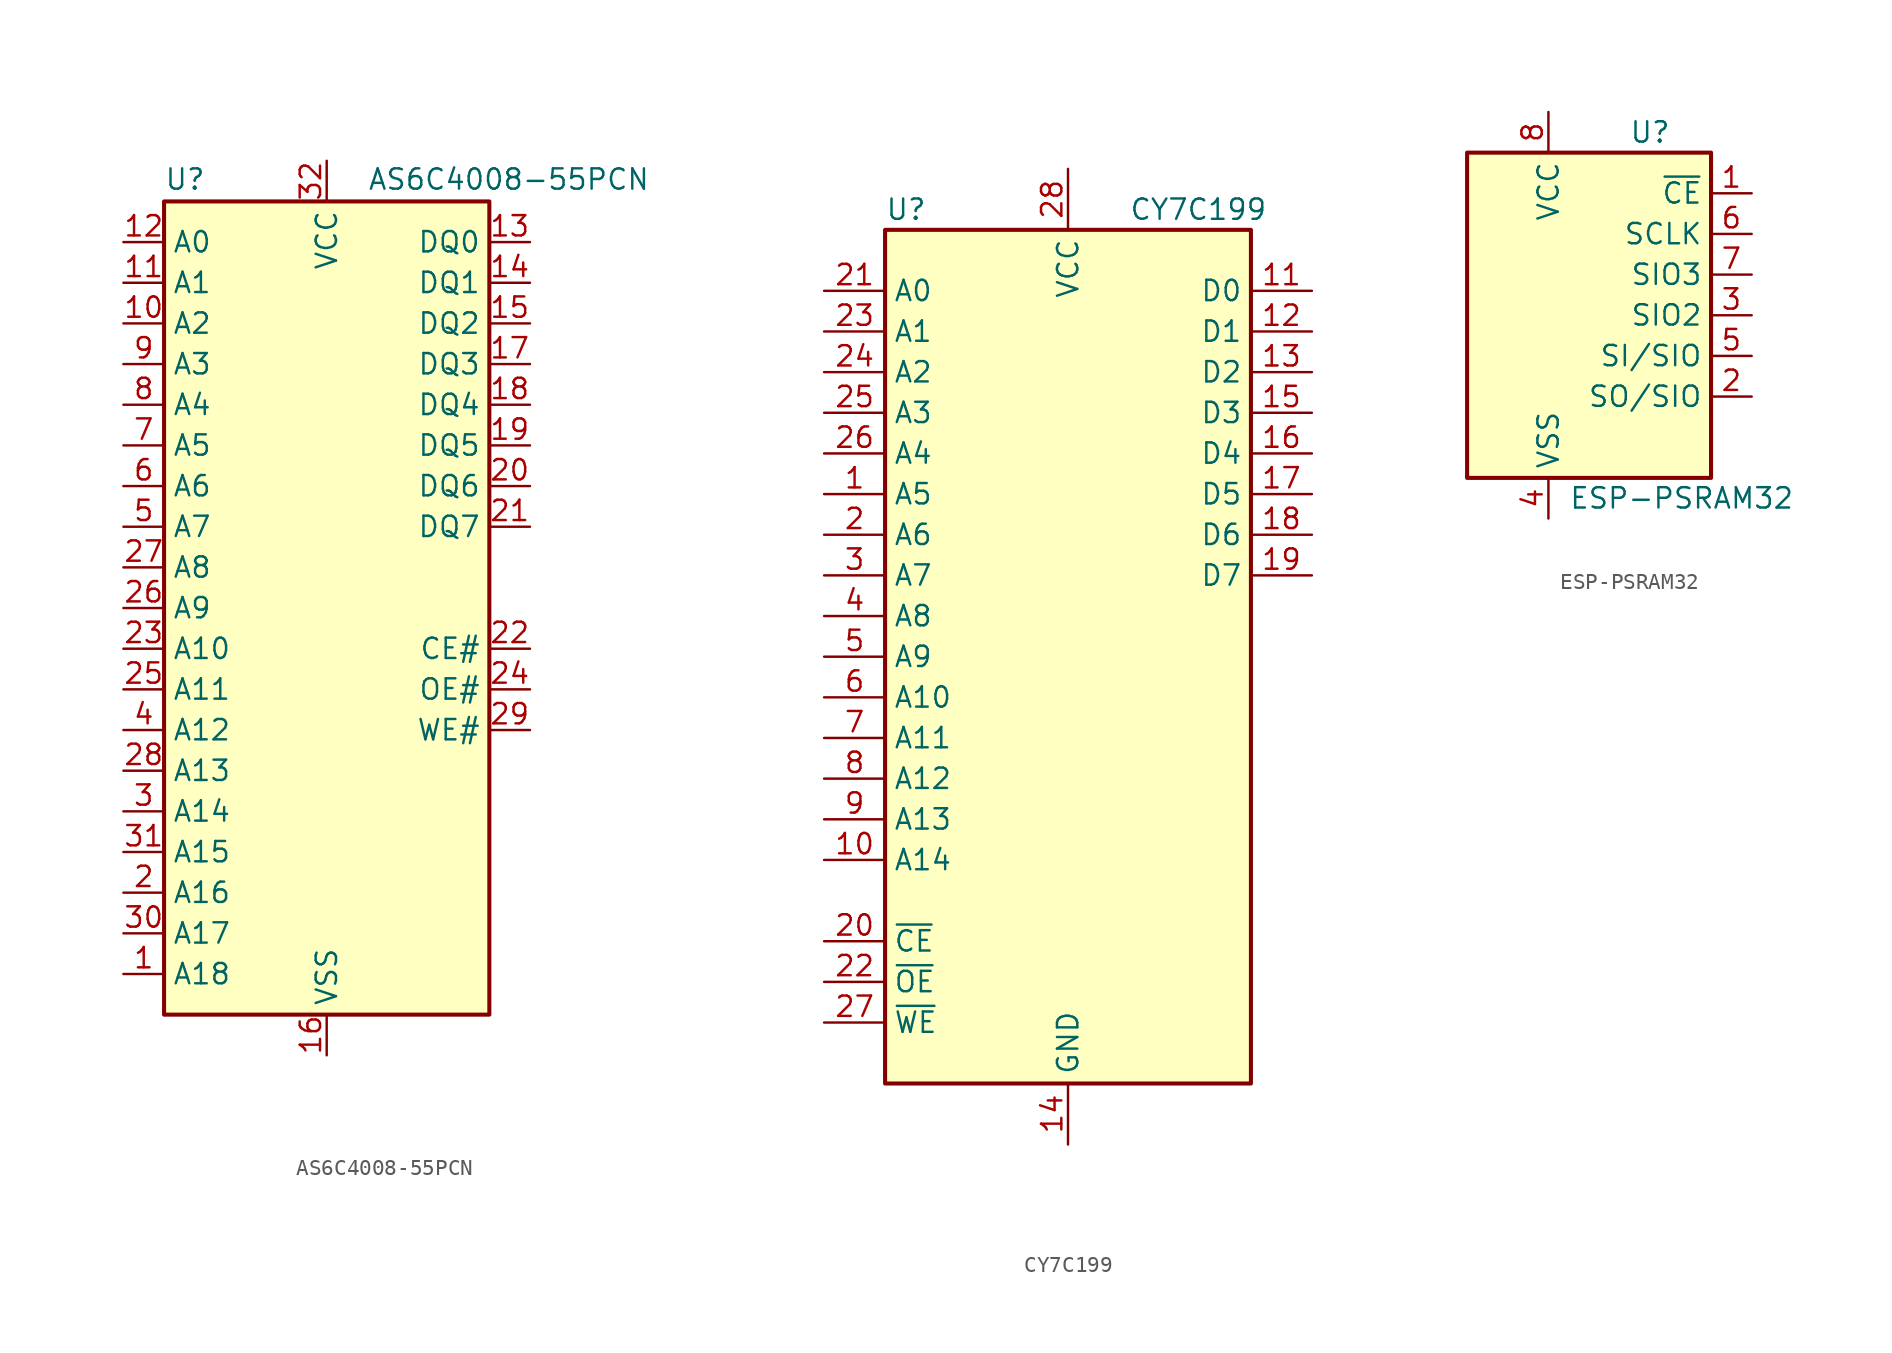
<source format=kicad_sym>
(kicad_symbol_lib
  (version 20201005)
  (generator kicad_symbol_editor)
  (symbol "Memory_RAM:AS6C4008-55PCN"
    (property "Reference" "U"
      (at -10.16 26.035 0)
      (effects (font (size 1.27 1.27)) (justify left bottom)))
    (property "Value" "AS6C4008-55PCN"
      (at 2.54 26.035 0)
      (effects (font (size 1.27 1.27)) (justify left bottom)))
    (symbol "AS6C4008-55PCN_0_0"
      (pin power_in line (at 0 -27.94 90) (length 2.54) (name "VSS" (effects (font (size 1.27 1.27)))) (number "16" (effects (font (size 1.27 1.27)))))
      (pin power_in line (at 0 27.94 270) (length 2.54) (name "VCC" (effects (font (size 1.27 1.27)))) (number "32" (effects (font (size 1.27 1.27))))))
    (symbol "AS6C4008-55PCN_0_1"
      (rectangle (start -10.16 25.4) (end 10.16 -25.4) (stroke (width 0.254)) (fill (type background))))
    (symbol "AS6C4008-55PCN_1_1"
      (pin input line (at -12.7 -22.86 0) (length 2.54) (name "A18" (effects (font (size 1.27 1.27)))) (number "1" (effects (font (size 1.27 1.27)))))
      (pin input line (at -12.7 17.78 0) (length 2.54) (name "A2" (effects (font (size 1.27 1.27)))) (number "10" (effects (font (size 1.27 1.27)))))
      (pin input line (at -12.7 20.32 0) (length 2.54) (name "A1" (effects (font (size 1.27 1.27)))) (number "11" (effects (font (size 1.27 1.27)))))
      (pin input line (at -12.7 22.86 0) (length 2.54) (name "A0" (effects (font (size 1.27 1.27)))) (number "12" (effects (font (size 1.27 1.27)))))
      (pin tri_state line (at 12.7 22.86 180) (length 2.54) (name "DQ0" (effects (font (size 1.27 1.27)))) (number "13" (effects (font (size 1.27 1.27)))))
      (pin tri_state line (at 12.7 20.32 180) (length 2.54) (name "DQ1" (effects (font (size 1.27 1.27)))) (number "14" (effects (font (size 1.27 1.27)))))
      (pin tri_state line (at 12.7 17.78 180) (length 2.54) (name "DQ2" (effects (font (size 1.27 1.27)))) (number "15" (effects (font (size 1.27 1.27)))))
      (pin tri_state line (at 12.7 15.24 180) (length 2.54) (name "DQ3" (effects (font (size 1.27 1.27)))) (number "17" (effects (font (size 1.27 1.27)))))
      (pin tri_state line (at 12.7 12.7 180) (length 2.54) (name "DQ4" (effects (font (size 1.27 1.27)))) (number "18" (effects (font (size 1.27 1.27)))))
      (pin tri_state line (at 12.7 10.16 180) (length 2.54) (name "DQ5" (effects (font (size 1.27 1.27)))) (number "19" (effects (font (size 1.27 1.27)))))
      (pin input line (at -12.7 -17.78 0) (length 2.54) (name "A16" (effects (font (size 1.27 1.27)))) (number "2" (effects (font (size 1.27 1.27)))))
      (pin tri_state line (at 12.7 7.62 180) (length 2.54) (name "DQ6" (effects (font (size 1.27 1.27)))) (number "20" (effects (font (size 1.27 1.27)))))
      (pin tri_state line (at 12.7 5.08 180) (length 2.54) (name "DQ7" (effects (font (size 1.27 1.27)))) (number "21" (effects (font (size 1.27 1.27)))))
      (pin input line (at 12.7 -2.54 180) (length 2.54) (name "CE#" (effects (font (size 1.27 1.27)))) (number "22" (effects (font (size 1.27 1.27)))))
      (pin input line (at -12.7 -2.54 0) (length 2.54) (name "A10" (effects (font (size 1.27 1.27)))) (number "23" (effects (font (size 1.27 1.27)))))
      (pin input line (at 12.7 -5.08 180) (length 2.54) (name "OE#" (effects (font (size 1.27 1.27)))) (number "24" (effects (font (size 1.27 1.27)))))
      (pin input line (at -12.7 -5.08 0) (length 2.54) (name "A11" (effects (font (size 1.27 1.27)))) (number "25" (effects (font (size 1.27 1.27)))))
      (pin input line (at -12.7 0 0) (length 2.54) (name "A9" (effects (font (size 1.27 1.27)))) (number "26" (effects (font (size 1.27 1.27)))))
      (pin input line (at -12.7 2.54 0) (length 2.54) (name "A8" (effects (font (size 1.27 1.27)))) (number "27" (effects (font (size 1.27 1.27)))))
      (pin input line (at -12.7 -10.16 0) (length 2.54) (name "A13" (effects (font (size 1.27 1.27)))) (number "28" (effects (font (size 1.27 1.27)))))
      (pin input line (at 12.7 -7.62 180) (length 2.54) (name "WE#" (effects (font (size 1.27 1.27)))) (number "29" (effects (font (size 1.27 1.27)))))
      (pin input line (at -12.7 -12.7 0) (length 2.54) (name "A14" (effects (font (size 1.27 1.27)))) (number "3" (effects (font (size 1.27 1.27)))))
      (pin input line (at -12.7 -20.32 0) (length 2.54) (name "A17" (effects (font (size 1.27 1.27)))) (number "30" (effects (font (size 1.27 1.27)))))
      (pin input line (at -12.7 -15.24 0) (length 2.54) (name "A15" (effects (font (size 1.27 1.27)))) (number "31" (effects (font (size 1.27 1.27)))))
      (pin input line (at -12.7 -7.62 0) (length 2.54) (name "A12" (effects (font (size 1.27 1.27)))) (number "4" (effects (font (size 1.27 1.27)))))
      (pin input line (at -12.7 5.08 0) (length 2.54) (name "A7" (effects (font (size 1.27 1.27)))) (number "5" (effects (font (size 1.27 1.27)))))
      (pin input line (at -12.7 7.62 0) (length 2.54) (name "A6" (effects (font (size 1.27 1.27)))) (number "6" (effects (font (size 1.27 1.27)))))
      (pin input line (at -12.7 10.16 0) (length 2.54) (name "A5" (effects (font (size 1.27 1.27)))) (number "7" (effects (font (size 1.27 1.27)))))
      (pin input line (at -12.7 12.7 0) (length 2.54) (name "A4" (effects (font (size 1.27 1.27)))) (number "8" (effects (font (size 1.27 1.27)))))
      (pin input line (at -12.7 15.24 0) (length 2.54) (name "A3" (effects (font (size 1.27 1.27)))) (number "9" (effects (font (size 1.27 1.27)))))))
  (symbol "Memory_RAM:CY7C199"
    (property "Reference" "U"
      (at -11.43 27.94 0)
      (effects (font (size 1.27 1.27)) (justify left)))
    (property "Value" "CY7C199"
      (at 3.81 27.94 0)
      (effects (font (size 1.27 1.27)) (justify left)))
    (symbol "CY7C199_0_0"
      (pin power_in line (at 0 -30.48 90) (length 3.81) (name "GND" (effects (font (size 1.27 1.27)))) (number "14" (effects (font (size 1.27 1.27)))))
      (pin power_in line (at 0 30.48 270) (length 3.81) (name "VCC" (effects (font (size 1.27 1.27)))) (number "28" (effects (font (size 1.27 1.27))))))
    (symbol "CY7C199_0_1"
      (rectangle (start -11.43 26.67) (end 11.43 -26.67) (stroke (width 0.254)) (fill (type background))))
    (symbol "CY7C199_1_1"
      (pin input line (at -15.24 10.16 0) (length 3.81) (name "A5" (effects (font (size 1.27 1.27)))) (number "1" (effects (font (size 1.27 1.27)))))
      (pin input line (at -15.24 -12.7 0) (length 3.81) (name "A14" (effects (font (size 1.27 1.27)))) (number "10" (effects (font (size 1.27 1.27)))))
      (pin tri_state line (at 15.24 22.86 180) (length 3.81) (name "D0" (effects (font (size 1.27 1.27)))) (number "11" (effects (font (size 1.27 1.27)))))
      (pin tri_state line (at 15.24 20.32 180) (length 3.81) (name "D1" (effects (font (size 1.27 1.27)))) (number "12" (effects (font (size 1.27 1.27)))))
      (pin tri_state line (at 15.24 17.78 180) (length 3.81) (name "D2" (effects (font (size 1.27 1.27)))) (number "13" (effects (font (size 1.27 1.27)))))
      (pin tri_state line (at 15.24 15.24 180) (length 3.81) (name "D3" (effects (font (size 1.27 1.27)))) (number "15" (effects (font (size 1.27 1.27)))))
      (pin tri_state line (at 15.24 12.7 180) (length 3.81) (name "D4" (effects (font (size 1.27 1.27)))) (number "16" (effects (font (size 1.27 1.27)))))
      (pin tri_state line (at 15.24 10.16 180) (length 3.81) (name "D5" (effects (font (size 1.27 1.27)))) (number "17" (effects (font (size 1.27 1.27)))))
      (pin tri_state line (at 15.24 7.62 180) (length 3.81) (name "D6" (effects (font (size 1.27 1.27)))) (number "18" (effects (font (size 1.27 1.27)))))
      (pin tri_state line (at 15.24 5.08 180) (length 3.81) (name "D7" (effects (font (size 1.27 1.27)))) (number "19" (effects (font (size 1.27 1.27)))))
      (pin input line (at -15.24 7.62 0) (length 3.81) (name "A6" (effects (font (size 1.27 1.27)))) (number "2" (effects (font (size 1.27 1.27)))))
      (pin input line (at -15.24 -17.78 0) (length 3.81) (name "~CE~" (effects (font (size 1.27 1.27)))) (number "20" (effects (font (size 1.27 1.27)))))
      (pin input line (at -15.24 22.86 0) (length 3.81) (name "A0" (effects (font (size 1.27 1.27)))) (number "21" (effects (font (size 1.27 1.27)))))
      (pin input line (at -15.24 -20.32 0) (length 3.81) (name "~OE~" (effects (font (size 1.27 1.27)))) (number "22" (effects (font (size 1.27 1.27)))))
      (pin input line (at -15.24 20.32 0) (length 3.81) (name "A1" (effects (font (size 1.27 1.27)))) (number "23" (effects (font (size 1.27 1.27)))))
      (pin input line (at -15.24 17.78 0) (length 3.81) (name "A2" (effects (font (size 1.27 1.27)))) (number "24" (effects (font (size 1.27 1.27)))))
      (pin input line (at -15.24 15.24 0) (length 3.81) (name "A3" (effects (font (size 1.27 1.27)))) (number "25" (effects (font (size 1.27 1.27)))))
      (pin input line (at -15.24 12.7 0) (length 3.81) (name "A4" (effects (font (size 1.27 1.27)))) (number "26" (effects (font (size 1.27 1.27)))))
      (pin input line (at -15.24 -22.86 0) (length 3.81) (name "~WE~" (effects (font (size 1.27 1.27)))) (number "27" (effects (font (size 1.27 1.27)))))
      (pin input line (at -15.24 5.08 0) (length 3.81) (name "A7" (effects (font (size 1.27 1.27)))) (number "3" (effects (font (size 1.27 1.27)))))
      (pin input line (at -15.24 2.54 0) (length 3.81) (name "A8" (effects (font (size 1.27 1.27)))) (number "4" (effects (font (size 1.27 1.27)))))
      (pin input line (at -15.24 0 0) (length 3.81) (name "A9" (effects (font (size 1.27 1.27)))) (number "5" (effects (font (size 1.27 1.27)))))
      (pin input line (at -15.24 -2.54 0) (length 3.81) (name "A10" (effects (font (size 1.27 1.27)))) (number "6" (effects (font (size 1.27 1.27)))))
      (pin input line (at -15.24 -5.08 0) (length 3.81) (name "A11" (effects (font (size 1.27 1.27)))) (number "7" (effects (font (size 1.27 1.27)))))
      (pin input line (at -15.24 -7.62 0) (length 3.81) (name "A12" (effects (font (size 1.27 1.27)))) (number "8" (effects (font (size 1.27 1.27)))))
      (pin input line (at -15.24 -10.16 0) (length 3.81) (name "A13" (effects (font (size 1.27 1.27)))) (number "9" (effects (font (size 1.27 1.27)))))))
  (symbol "Memory_RAM:ESP-PSRAM32"
    (property "Reference" "U"
      (at 3.81 11.43 0)
      (effects (font (size 1.27 1.27))))
    (property "Value" "ESP-PSRAM32"
      (at -1.27 -11.43 0)
      (effects (font (size 1.27 1.27)) (justify left)))
    (symbol "ESP-PSRAM32_0_1"
      (rectangle (start -7.62 10.16) (end 7.62 -10.16) (stroke (width 0.254)) (fill (type background))))
    (symbol "ESP-PSRAM32_1_1"
      (pin input line (at 10.16 7.62 180) (length 2.54) (name "~CE" (effects (font (size 1.27 1.27)))) (number "1" (effects (font (size 1.27 1.27)))))
      (pin output line (at 10.16 -5.08 180) (length 2.54) (name "SO/SIO" (effects (font (size 1.27 1.27)))) (number "2" (effects (font (size 1.27 1.27)))))
      (pin bidirectional line (at 10.16 0 180) (length 2.54) (name "SIO2" (effects (font (size 1.27 1.27)))) (number "3" (effects (font (size 1.27 1.27)))))
      (pin power_in line (at -2.54 -12.7 90) (length 2.54) (name "VSS" (effects (font (size 1.27 1.27)))) (number "4" (effects (font (size 1.27 1.27)))))
      (pin input line (at 10.16 -2.54 180) (length 2.54) (name "SI/SIO" (effects (font (size 1.27 1.27)))) (number "5" (effects (font (size 1.27 1.27)))))
      (pin output line (at 10.16 5.08 180) (length 2.54) (name "SCLK" (effects (font (size 1.27 1.27)))) (number "6" (effects (font (size 1.27 1.27)))))
      (pin bidirectional line (at 10.16 2.54 180) (length 2.54) (name "SIO3" (effects (font (size 1.27 1.27)))) (number "7" (effects (font (size 1.27 1.27)))))
      (pin power_in line (at -2.54 12.7 270) (length 2.54) (name "VCC" (effects (font (size 1.27 1.27)))) (number "8" (effects (font (size 1.27 1.27))))))))
</source>
